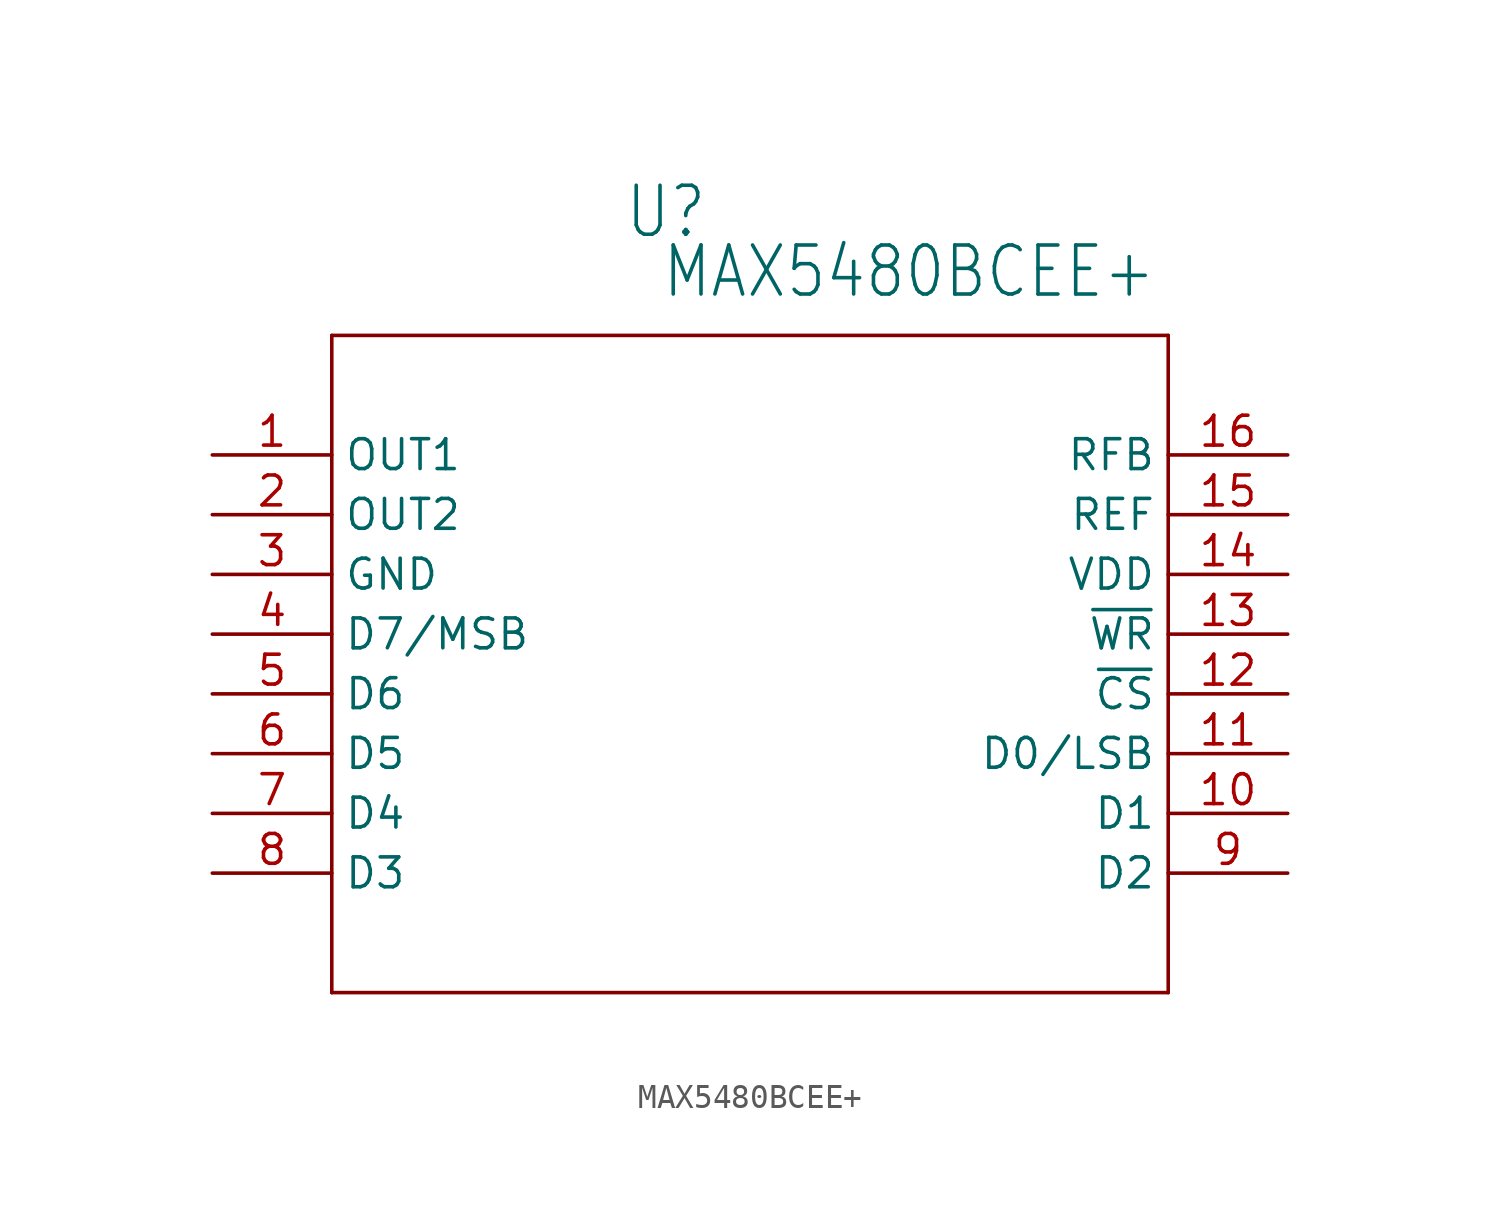
<source format=kicad_sym>
(kicad_symbol_lib
  (version 20211014)
  (generator kicad_symbol_editor)
  (symbol "MAX5480BCEE+"
    (property "Reference" "U"
      (at 20.041 9.119 0)
      (effects (font (size 2.083 1.77)) (justify left bottom)))
    (property "Value" "MAX5480BCEE+"
      (at 21.615 6.579 0)
      (effects (font (size 2.083 1.77)) (justify left bottom)))
    (property "ki_locked" ""
      (at 0 0 0)
      (effects (font (size 1.27 1.27))))
    (symbol "MAX5480BCEE+_1_0"
      (polyline (pts (xy 7.62 -22.86) (xy 43.18 -22.86)) (stroke (width 0.152) (type default) (color 0 0 0 0)) (fill (type none)))
      (polyline (pts (xy 7.62 5.08) (xy 7.62 -22.86)) (stroke (width 0.152) (type default) (color 0 0 0 0)) (fill (type none)))
      (polyline (pts (xy 43.18 -22.86) (xy 43.18 5.08)) (stroke (width 0.152) (type default) (color 0 0 0 0)) (fill (type none)))
      (polyline (pts (xy 43.18 5.08) (xy 7.62 5.08)) (stroke (width 0.152) (type default) (color 0 0 0 0)) (fill (type none)))
      (pin output line (at 2.54 0 0) (length 5.08) (name "OUT1" (effects (font (size 1.27 1.27)))) (number "1" (effects (font (size 1.27 1.27)))))
      (pin input line (at 48.26 -15.24 180) (length 5.08) (name "D1" (effects (font (size 1.27 1.27)))) (number "10" (effects (font (size 1.27 1.27)))))
      (pin input line (at 48.26 -12.7 180) (length 5.08) (name "D0/LSB" (effects (font (size 1.27 1.27)))) (number "11" (effects (font (size 1.27 1.27)))))
      (pin input line (at 48.26 -10.16 180) (length 5.08) (name "~{CS}" (effects (font (size 1.27 1.27)))) (number "12" (effects (font (size 1.27 1.27)))))
      (pin input line (at 48.26 -7.62 180) (length 5.08) (name "~{WR}" (effects (font (size 1.27 1.27)))) (number "13" (effects (font (size 1.27 1.27)))))
      (pin power_in line (at 48.26 -5.08 180) (length 5.08) (name "VDD" (effects (font (size 1.27 1.27)))) (number "14" (effects (font (size 1.27 1.27)))))
      (pin input line (at 48.26 -2.54 180) (length 5.08) (name "REF" (effects (font (size 1.27 1.27)))) (number "15" (effects (font (size 1.27 1.27)))))
      (pin passive line (at 48.26 0 180) (length 5.08) (name "RFB" (effects (font (size 1.27 1.27)))) (number "16" (effects (font (size 1.27 1.27)))))
      (pin output line (at 2.54 -2.54 0) (length 5.08) (name "OUT2" (effects (font (size 1.27 1.27)))) (number "2" (effects (font (size 1.27 1.27)))))
      (pin power_in line (at 2.54 -5.08 0) (length 5.08) (name "GND" (effects (font (size 1.27 1.27)))) (number "3" (effects (font (size 1.27 1.27)))))
      (pin input line (at 2.54 -7.62 0) (length 5.08) (name "D7/MSB" (effects (font (size 1.27 1.27)))) (number "4" (effects (font (size 1.27 1.27)))))
      (pin input line (at 2.54 -10.16 0) (length 5.08) (name "D6" (effects (font (size 1.27 1.27)))) (number "5" (effects (font (size 1.27 1.27)))))
      (pin input line (at 2.54 -12.7 0) (length 5.08) (name "D5" (effects (font (size 1.27 1.27)))) (number "6" (effects (font (size 1.27 1.27)))))
      (pin input line (at 2.54 -15.24 0) (length 5.08) (name "D4" (effects (font (size 1.27 1.27)))) (number "7" (effects (font (size 1.27 1.27)))))
      (pin input line (at 2.54 -17.78 0) (length 5.08) (name "D3" (effects (font (size 1.27 1.27)))) (number "8" (effects (font (size 1.27 1.27)))))
      (pin input line (at 48.26 -17.78 180) (length 5.08) (name "D2" (effects (font (size 1.27 1.27)))) (number "9" (effects (font (size 1.27 1.27))))))))
</source>
